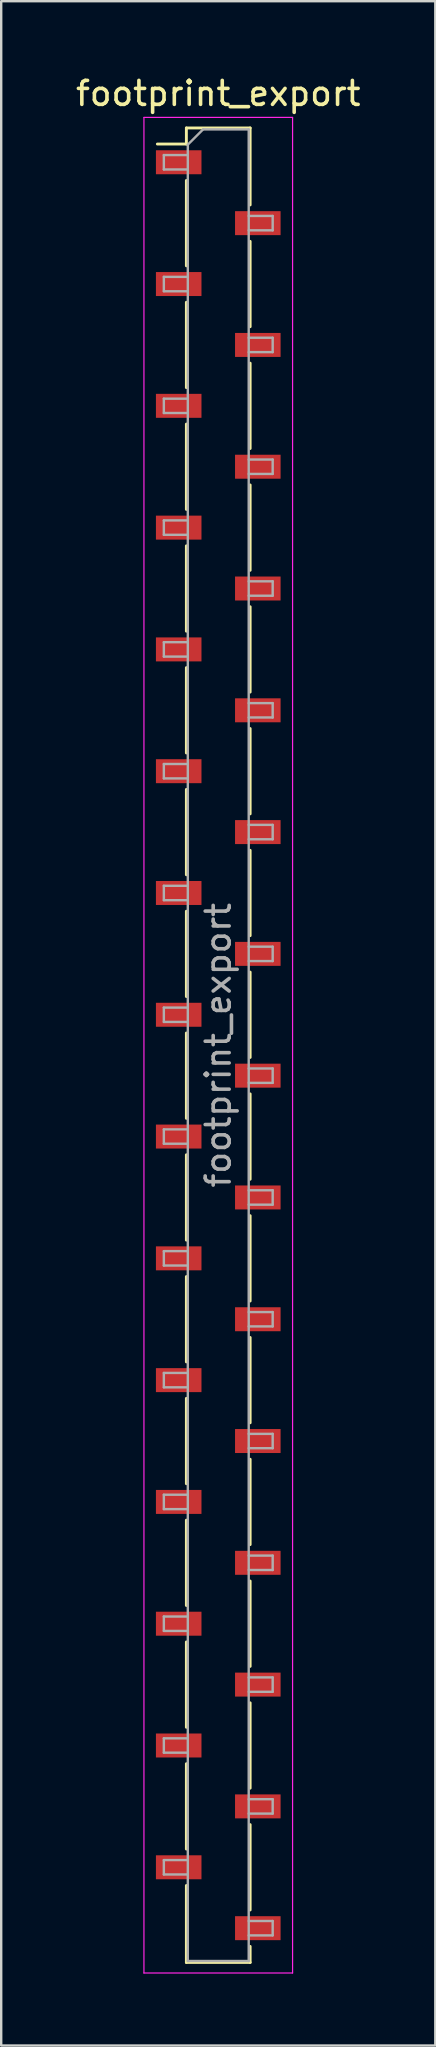
<source format=kicad_pcb>
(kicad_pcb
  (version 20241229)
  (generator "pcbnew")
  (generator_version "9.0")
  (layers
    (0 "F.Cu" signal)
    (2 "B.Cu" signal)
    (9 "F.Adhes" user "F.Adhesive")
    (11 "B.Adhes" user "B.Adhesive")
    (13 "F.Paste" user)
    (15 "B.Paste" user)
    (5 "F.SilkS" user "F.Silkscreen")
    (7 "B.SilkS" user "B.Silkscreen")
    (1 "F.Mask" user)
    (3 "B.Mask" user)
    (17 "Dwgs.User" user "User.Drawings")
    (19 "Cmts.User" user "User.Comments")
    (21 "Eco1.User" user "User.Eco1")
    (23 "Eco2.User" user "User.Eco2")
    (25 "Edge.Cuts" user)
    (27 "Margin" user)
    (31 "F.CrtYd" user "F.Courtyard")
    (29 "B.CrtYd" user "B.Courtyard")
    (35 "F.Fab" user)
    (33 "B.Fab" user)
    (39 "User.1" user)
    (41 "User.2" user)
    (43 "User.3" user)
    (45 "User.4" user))
  (footprint "footprint_export"
    (layer "F.Cu")
    (at 6.054 40.548)
    (property "Reference" "footprint_export" (at 0 -39.7 0) (layer "F.SilkS") (effects (font (size 1 1) (thickness 0.15))))
    (attr smd)
    (fp_line (start -2.54 -37.59) (end -1.33 -37.59) (stroke (width 0.12) (type solid)) (layer "F.SilkS"))
    (fp_line (start -1.33 -38.26) (end -1.33 -37.59) (stroke (width 0.12) (type solid)) (layer "F.SilkS"))
    (fp_line (start -1.33 -38.26) (end 1.33 -38.26) (stroke (width 0.12) (type solid)) (layer "F.SilkS"))
    (fp_line (start -1.33 -36.07) (end -1.33 -32.51) (stroke (width 0.12) (type solid)) (layer "F.SilkS"))
    (fp_line (start -1.33 -30.99) (end -1.33 -27.43) (stroke (width 0.12) (type solid)) (layer "F.SilkS"))
    (fp_line (start -1.33 -25.91) (end -1.33 -22.35) (stroke (width 0.12) (type solid)) (layer "F.SilkS"))
    (fp_line (start -1.33 -20.83) (end -1.33 -17.27) (stroke (width 0.12) (type solid)) (layer "F.SilkS"))
    (fp_line (start -1.33 -15.75) (end -1.33 -12.19) (stroke (width 0.12) (type solid)) (layer "F.SilkS"))
    (fp_line (start -1.33 -10.67) (end -1.33 -7.11) (stroke (width 0.12) (type solid)) (layer "F.SilkS"))
    (fp_line (start -1.33 -5.59) (end -1.33 -2.03) (stroke (width 0.12) (type solid)) (layer "F.SilkS"))
    (fp_line (start -1.33 -0.51) (end -1.33 3.05) (stroke (width 0.12) (type solid)) (layer "F.SilkS"))
    (fp_line (start -1.33 4.57) (end -1.33 8.13) (stroke (width 0.12) (type solid)) (layer "F.SilkS"))
    (fp_line (start -1.33 9.65) (end -1.33 13.21) (stroke (width 0.12) (type solid)) (layer "F.SilkS"))
    (fp_line (start -1.33 14.73) (end -1.33 18.29) (stroke (width 0.12) (type solid)) (layer "F.SilkS"))
    (fp_line (start -1.33 19.81) (end -1.33 23.37) (stroke (width 0.12) (type solid)) (layer "F.SilkS"))
    (fp_line (start -1.33 24.89) (end -1.33 28.45) (stroke (width 0.12) (type solid)) (layer "F.SilkS"))
    (fp_line (start -1.33 29.97) (end -1.33 33.53) (stroke (width 0.12) (type solid)) (layer "F.SilkS"))
    (fp_line (start -1.33 35.05) (end -1.33 38.26) (stroke (width 0.12) (type solid)) (layer "F.SilkS"))
    (fp_line (start -1.33 38.26) (end 1.33 38.26) (stroke (width 0.12) (type solid)) (layer "F.SilkS"))
    (fp_line (start 1.33 -38.26) (end 1.33 -35.05) (stroke (width 0.12) (type solid)) (layer "F.SilkS"))
    (fp_line (start 1.33 -33.53) (end 1.33 -29.97) (stroke (width 0.12) (type solid)) (layer "F.SilkS"))
    (fp_line (start 1.33 -28.45) (end 1.33 -24.89) (stroke (width 0.12) (type solid)) (layer "F.SilkS"))
    (fp_line (start 1.33 -23.37) (end 1.33 -19.81) (stroke (width 0.12) (type solid)) (layer "F.SilkS"))
    (fp_line (start 1.33 -18.29) (end 1.33 -14.73) (stroke (width 0.12) (type solid)) (layer "F.SilkS"))
    (fp_line (start 1.33 -13.21) (end 1.33 -9.65) (stroke (width 0.12) (type solid)) (layer "F.SilkS"))
    (fp_line (start 1.33 -8.13) (end 1.33 -4.57) (stroke (width 0.12) (type solid)) (layer "F.SilkS"))
    (fp_line (start 1.33 -3.05) (end 1.33 0.51) (stroke (width 0.12) (type solid)) (layer "F.SilkS"))
    (fp_line (start 1.33 2.03) (end 1.33 5.59) (stroke (width 0.12) (type solid)) (layer "F.SilkS"))
    (fp_line (start 1.33 7.11) (end 1.33 10.67) (stroke (width 0.12) (type solid)) (layer "F.SilkS"))
    (fp_line (start 1.33 12.19) (end 1.33 15.75) (stroke (width 0.12) (type solid)) (layer "F.SilkS"))
    (fp_line (start 1.33 17.27) (end 1.33 20.83) (stroke (width 0.12) (type solid)) (layer "F.SilkS"))
    (fp_line (start 1.33 22.35) (end 1.33 25.91) (stroke (width 0.12) (type solid)) (layer "F.SilkS"))
    (fp_line (start 1.33 27.43) (end 1.33 30.99) (stroke (width 0.12) (type solid)) (layer "F.SilkS"))
    (fp_line (start 1.33 32.51) (end 1.33 36.07) (stroke (width 0.12) (type solid)) (layer "F.SilkS"))
    (fp_line (start 1.33 37.59) (end 1.33 38.26) (stroke (width 0.12) (type solid)) (layer "F.SilkS"))
    (fp_line (start -3.1 -38.7) (end 3.1 -38.7) (stroke (width 0.05) (type solid)) (layer "F.CrtYd"))
    (fp_line (start -3.1 38.7) (end -3.1 -38.7) (stroke (width 0.05) (type solid)) (layer "F.CrtYd"))
    (fp_line (start 3.1 -38.7) (end 3.1 38.7) (stroke (width 0.05) (type solid)) (layer "F.CrtYd"))
    (fp_line (start 3.1 38.7) (end -3.1 38.7) (stroke (width 0.05) (type solid)) (layer "F.CrtYd"))
    (fp_line (start -2.27 -37.13) (end -1.27 -37.13) (stroke (width 0.1) (type solid)) (layer "F.Fab"))
    (fp_line (start -2.27 -36.53) (end -2.27 -37.13) (stroke (width 0.1) (type solid)) (layer "F.Fab"))
    (fp_line (start -2.27 -32.05) (end -1.27 -32.05) (stroke (width 0.1) (type solid)) (layer "F.Fab"))
    (fp_line (start -2.27 -31.45) (end -2.27 -32.05) (stroke (width 0.1) (type solid)) (layer "F.Fab"))
    (fp_line (start -2.27 -26.97) (end -1.27 -26.97) (stroke (width 0.1) (type solid)) (layer "F.Fab"))
    (fp_line (start -2.27 -26.37) (end -2.27 -26.97) (stroke (width 0.1) (type solid)) (layer "F.Fab"))
    (fp_line (start -2.27 -21.89) (end -1.27 -21.89) (stroke (width 0.1) (type solid)) (layer "F.Fab"))
    (fp_line (start -2.27 -21.29) (end -2.27 -21.89) (stroke (width 0.1) (type solid)) (layer "F.Fab"))
    (fp_line (start -2.27 -16.81) (end -1.27 -16.81) (stroke (width 0.1) (type solid)) (layer "F.Fab"))
    (fp_line (start -2.27 -16.21) (end -2.27 -16.81) (stroke (width 0.1) (type solid)) (layer "F.Fab"))
    (fp_line (start -2.27 -11.73) (end -1.27 -11.73) (stroke (width 0.1) (type solid)) (layer "F.Fab"))
    (fp_line (start -2.27 -11.13) (end -2.27 -11.73) (stroke (width 0.1) (type solid)) (layer "F.Fab"))
    (fp_line (start -2.27 -6.65) (end -1.27 -6.65) (stroke (width 0.1) (type solid)) (layer "F.Fab"))
    (fp_line (start -2.27 -6.05) (end -2.27 -6.65) (stroke (width 0.1) (type solid)) (layer "F.Fab"))
    (fp_line (start -2.27 -1.57) (end -1.27 -1.57) (stroke (width 0.1) (type solid)) (layer "F.Fab"))
    (fp_line (start -2.27 -0.97) (end -2.27 -1.57) (stroke (width 0.1) (type solid)) (layer "F.Fab"))
    (fp_line (start -2.27 3.51) (end -1.27 3.51) (stroke (width 0.1) (type solid)) (layer "F.Fab"))
    (fp_line (start -2.27 4.11) (end -2.27 3.51) (stroke (width 0.1) (type solid)) (layer "F.Fab"))
    (fp_line (start -2.27 8.59) (end -1.27 8.59) (stroke (width 0.1) (type solid)) (layer "F.Fab"))
    (fp_line (start -2.27 9.19) (end -2.27 8.59) (stroke (width 0.1) (type solid)) (layer "F.Fab"))
    (fp_line (start -2.27 13.67) (end -1.27 13.67) (stroke (width 0.1) (type solid)) (layer "F.Fab"))
    (fp_line (start -2.27 14.27) (end -2.27 13.67) (stroke (width 0.1) (type solid)) (layer "F.Fab"))
    (fp_line (start -2.27 18.75) (end -1.27 18.75) (stroke (width 0.1) (type solid)) (layer "F.Fab"))
    (fp_line (start -2.27 19.35) (end -2.27 18.75) (stroke (width 0.1) (type solid)) (layer "F.Fab"))
    (fp_line (start -2.27 23.83) (end -1.27 23.83) (stroke (width 0.1) (type solid)) (layer "F.Fab"))
    (fp_line (start -2.27 24.43) (end -2.27 23.83) (stroke (width 0.1) (type solid)) (layer "F.Fab"))
    (fp_line (start -2.27 28.91) (end -1.27 28.91) (stroke (width 0.1) (type solid)) (layer "F.Fab"))
    (fp_line (start -2.27 29.51) (end -2.27 28.91) (stroke (width 0.1) (type solid)) (layer "F.Fab"))
    (fp_line (start -2.27 33.99) (end -1.27 33.99) (stroke (width 0.1) (type solid)) (layer "F.Fab"))
    (fp_line (start -2.27 34.59) (end -2.27 33.99) (stroke (width 0.1) (type solid)) (layer "F.Fab"))
    (fp_line (start -1.27 -37.565) (end -0.635 -38.2) (stroke (width 0.1) (type solid)) (layer "F.Fab"))
    (fp_line (start -1.27 -36.53) (end -2.27 -36.53) (stroke (width 0.1) (type solid)) (layer "F.Fab"))
    (fp_line (start -1.27 -31.45) (end -2.27 -31.45) (stroke (width 0.1) (type solid)) (layer "F.Fab"))
    (fp_line (start -1.27 -26.37) (end -2.27 -26.37) (stroke (width 0.1) (type solid)) (layer "F.Fab"))
    (fp_line (start -1.27 -21.29) (end -2.27 -21.29) (stroke (width 0.1) (type solid)) (layer "F.Fab"))
    (fp_line (start -1.27 -16.21) (end -2.27 -16.21) (stroke (width 0.1) (type solid)) (layer "F.Fab"))
    (fp_line (start -1.27 -11.13) (end -2.27 -11.13) (stroke (width 0.1) (type solid)) (layer "F.Fab"))
    (fp_line (start -1.27 -6.05) (end -2.27 -6.05) (stroke (width 0.1) (type solid)) (layer "F.Fab"))
    (fp_line (start -1.27 -0.97) (end -2.27 -0.97) (stroke (width 0.1) (type solid)) (layer "F.Fab"))
    (fp_line (start -1.27 4.11) (end -2.27 4.11) (stroke (width 0.1) (type solid)) (layer "F.Fab"))
    (fp_line (start -1.27 9.19) (end -2.27 9.19) (stroke (width 0.1) (type solid)) (layer "F.Fab"))
    (fp_line (start -1.27 14.27) (end -2.27 14.27) (stroke (width 0.1) (type solid)) (layer "F.Fab"))
    (fp_line (start -1.27 19.35) (end -2.27 19.35) (stroke (width 0.1) (type solid)) (layer "F.Fab"))
    (fp_line (start -1.27 24.43) (end -2.27 24.43) (stroke (width 0.1) (type solid)) (layer "F.Fab"))
    (fp_line (start -1.27 29.51) (end -2.27 29.51) (stroke (width 0.1) (type solid)) (layer "F.Fab"))
    (fp_line (start -1.27 34.59) (end -2.27 34.59) (stroke (width 0.1) (type solid)) (layer "F.Fab"))
    (fp_line (start -1.27 38.2) (end -1.27 -37.565) (stroke (width 0.1) (type solid)) (layer "F.Fab"))
    (fp_line (start -0.635 -38.2) (end 1.27 -38.2) (stroke (width 0.1) (type solid)) (layer "F.Fab"))
    (fp_line (start 1.27 -38.2) (end 1.27 38.2) (stroke (width 0.1) (type solid)) (layer "F.Fab"))
    (fp_line (start 1.27 -34.59) (end 2.27 -34.59) (stroke (width 0.1) (type solid)) (layer "F.Fab"))
    (fp_line (start 1.27 -29.51) (end 2.27 -29.51) (stroke (width 0.1) (type solid)) (layer "F.Fab"))
    (fp_line (start 1.27 -24.43) (end 2.27 -24.43) (stroke (width 0.1) (type solid)) (layer "F.Fab"))
    (fp_line (start 1.27 -19.35) (end 2.27 -19.35) (stroke (width 0.1) (type solid)) (layer "F.Fab"))
    (fp_line (start 1.27 -14.27) (end 2.27 -14.27) (stroke (width 0.1) (type solid)) (layer "F.Fab"))
    (fp_line (start 1.27 -9.19) (end 2.27 -9.19) (stroke (width 0.1) (type solid)) (layer "F.Fab"))
    (fp_line (start 1.27 -4.11) (end 2.27 -4.11) (stroke (width 0.1) (type solid)) (layer "F.Fab"))
    (fp_line (start 1.27 0.97) (end 2.27 0.97) (stroke (width 0.1) (type solid)) (layer "F.Fab"))
    (fp_line (start 1.27 6.05) (end 2.27 6.05) (stroke (width 0.1) (type solid)) (layer "F.Fab"))
    (fp_line (start 1.27 11.13) (end 2.27 11.13) (stroke (width 0.1) (type solid)) (layer "F.Fab"))
    (fp_line (start 1.27 16.21) (end 2.27 16.21) (stroke (width 0.1) (type solid)) (layer "F.Fab"))
    (fp_line (start 1.27 21.29) (end 2.27 21.29) (stroke (width 0.1) (type solid)) (layer "F.Fab"))
    (fp_line (start 1.27 26.37) (end 2.27 26.37) (stroke (width 0.1) (type solid)) (layer "F.Fab"))
    (fp_line (start 1.27 31.45) (end 2.27 31.45) (stroke (width 0.1) (type solid)) (layer "F.Fab"))
    (fp_line (start 1.27 36.53) (end 2.27 36.53) (stroke (width 0.1) (type solid)) (layer "F.Fab"))
    (fp_line (start 1.27 38.2) (end -1.27 38.2) (stroke (width 0.1) (type solid)) (layer "F.Fab"))
    (fp_line (start 2.27 -34.59) (end 2.27 -33.99) (stroke (width 0.1) (type solid)) (layer "F.Fab"))
    (fp_line (start 2.27 -33.99) (end 1.27 -33.99) (stroke (width 0.1) (type solid)) (layer "F.Fab"))
    (fp_line (start 2.27 -29.51) (end 2.27 -28.91) (stroke (width 0.1) (type solid)) (layer "F.Fab"))
    (fp_line (start 2.27 -28.91) (end 1.27 -28.91) (stroke (width 0.1) (type solid)) (layer "F.Fab"))
    (fp_line (start 2.27 -24.43) (end 2.27 -23.83) (stroke (width 0.1) (type solid)) (layer "F.Fab"))
    (fp_line (start 2.27 -23.83) (end 1.27 -23.83) (stroke (width 0.1) (type solid)) (layer "F.Fab"))
    (fp_line (start 2.27 -19.35) (end 2.27 -18.75) (stroke (width 0.1) (type solid)) (layer "F.Fab"))
    (fp_line (start 2.27 -18.75) (end 1.27 -18.75) (stroke (width 0.1) (type solid)) (layer "F.Fab"))
    (fp_line (start 2.27 -14.27) (end 2.27 -13.67) (stroke (width 0.1) (type solid)) (layer "F.Fab"))
    (fp_line (start 2.27 -13.67) (end 1.27 -13.67) (stroke (width 0.1) (type solid)) (layer "F.Fab"))
    (fp_line (start 2.27 -9.19) (end 2.27 -8.59) (stroke (width 0.1) (type solid)) (layer "F.Fab"))
    (fp_line (start 2.27 -8.59) (end 1.27 -8.59) (stroke (width 0.1) (type solid)) (layer "F.Fab"))
    (fp_line (start 2.27 -4.11) (end 2.27 -3.51) (stroke (width 0.1) (type solid)) (layer "F.Fab"))
    (fp_line (start 2.27 -3.51) (end 1.27 -3.51) (stroke (width 0.1) (type solid)) (layer "F.Fab"))
    (fp_line (start 2.27 0.97) (end 2.27 1.57) (stroke (width 0.1) (type solid)) (layer "F.Fab"))
    (fp_line (start 2.27 1.57) (end 1.27 1.57) (stroke (width 0.1) (type solid)) (layer "F.Fab"))
    (fp_line (start 2.27 6.05) (end 2.27 6.65) (stroke (width 0.1) (type solid)) (layer "F.Fab"))
    (fp_line (start 2.27 6.65) (end 1.27 6.65) (stroke (width 0.1) (type solid)) (layer "F.Fab"))
    (fp_line (start 2.27 11.13) (end 2.27 11.73) (stroke (width 0.1) (type solid)) (layer "F.Fab"))
    (fp_line (start 2.27 11.73) (end 1.27 11.73) (stroke (width 0.1) (type solid)) (layer "F.Fab"))
    (fp_line (start 2.27 16.21) (end 2.27 16.81) (stroke (width 0.1) (type solid)) (layer "F.Fab"))
    (fp_line (start 2.27 16.81) (end 1.27 16.81) (stroke (width 0.1) (type solid)) (layer "F.Fab"))
    (fp_line (start 2.27 21.29) (end 2.27 21.89) (stroke (width 0.1) (type solid)) (layer "F.Fab"))
    (fp_line (start 2.27 21.89) (end 1.27 21.89) (stroke (width 0.1) (type solid)) (layer "F.Fab"))
    (fp_line (start 2.27 26.37) (end 2.27 26.97) (stroke (width 0.1) (type solid)) (layer "F.Fab"))
    (fp_line (start 2.27 26.97) (end 1.27 26.97) (stroke (width 0.1) (type solid)) (layer "F.Fab"))
    (fp_line (start 2.27 31.45) (end 2.27 32.05) (stroke (width 0.1) (type solid)) (layer "F.Fab"))
    (fp_line (start 2.27 32.05) (end 1.27 32.05) (stroke (width 0.1) (type solid)) (layer "F.Fab"))
    (fp_line (start 2.27 36.53) (end 2.27 37.13) (stroke (width 0.1) (type solid)) (layer "F.Fab"))
    (fp_line (start 2.27 37.13) (end 1.27 37.13) (stroke (width 0.1) (type solid)) (layer "F.Fab"))
    (fp_text user "${REFERENCE}" (at 0 0 90) (layer "F.Fab") (effects (font (size 1 1) (thickness 0.15))))
    (pad "1" smd rect (at -1.65 -36.83) (size 1.9 1) (layers "F.Cu" "F.Mask" "F.Paste"))
    (pad "2" smd rect (at 1.65 -34.29) (size 1.9 1) (layers "F.Cu" "F.Mask" "F.Paste"))
    (pad "3" smd rect (at -1.65 -31.75) (size 1.9 1) (layers "F.Cu" "F.Mask" "F.Paste"))
    (pad "4" smd rect (at 1.65 -29.21) (size 1.9 1) (layers "F.Cu" "F.Mask" "F.Paste"))
    (pad "5" smd rect (at -1.65 -26.67) (size 1.9 1) (layers "F.Cu" "F.Mask" "F.Paste"))
    (pad "6" smd rect (at 1.65 -24.13) (size 1.9 1) (layers "F.Cu" "F.Mask" "F.Paste"))
    (pad "7" smd rect (at -1.65 -21.59) (size 1.9 1) (layers "F.Cu" "F.Mask" "F.Paste"))
    (pad "8" smd rect (at 1.65 -19.05) (size 1.9 1) (layers "F.Cu" "F.Mask" "F.Paste"))
    (pad "9" smd rect (at -1.65 -16.51) (size 1.9 1) (layers "F.Cu" "F.Mask" "F.Paste"))
    (pad "10" smd rect (at 1.65 -13.97) (size 1.9 1) (layers "F.Cu" "F.Mask" "F.Paste"))
    (pad "11" smd rect (at -1.65 -11.43) (size 1.9 1) (layers "F.Cu" "F.Mask" "F.Paste"))
    (pad "12" smd rect (at 1.65 -8.89) (size 1.9 1) (layers "F.Cu" "F.Mask" "F.Paste"))
    (pad "13" smd rect (at -1.65 -6.35) (size 1.9 1) (layers "F.Cu" "F.Mask" "F.Paste"))
    (pad "14" smd rect (at 1.65 -3.81) (size 1.9 1) (layers "F.Cu" "F.Mask" "F.Paste"))
    (pad "15" smd rect (at -1.65 -1.27) (size 1.9 1) (layers "F.Cu" "F.Mask" "F.Paste"))
    (pad "16" smd rect (at 1.65 1.27) (size 1.9 1) (layers "F.Cu" "F.Mask" "F.Paste"))
    (pad "17" smd rect (at -1.65 3.81) (size 1.9 1) (layers "F.Cu" "F.Mask" "F.Paste"))
    (pad "18" smd rect (at 1.65 6.35) (size 1.9 1) (layers "F.Cu" "F.Mask" "F.Paste"))
    (pad "19" smd rect (at -1.65 8.89) (size 1.9 1) (layers "F.Cu" "F.Mask" "F.Paste"))
    (pad "20" smd rect (at 1.65 11.43) (size 1.9 1) (layers "F.Cu" "F.Mask" "F.Paste"))
    (pad "21" smd rect (at -1.65 13.97) (size 1.9 1) (layers "F.Cu" "F.Mask" "F.Paste"))
    (pad "22" smd rect (at 1.65 16.51) (size 1.9 1) (layers "F.Cu" "F.Mask" "F.Paste"))
    (pad "23" smd rect (at -1.65 19.05) (size 1.9 1) (layers "F.Cu" "F.Mask" "F.Paste"))
    (pad "24" smd rect (at 1.65 21.59) (size 1.9 1) (layers "F.Cu" "F.Mask" "F.Paste"))
    (pad "25" smd rect (at -1.65 24.13) (size 1.9 1) (layers "F.Cu" "F.Mask" "F.Paste"))
    (pad "26" smd rect (at 1.65 26.67) (size 1.9 1) (layers "F.Cu" "F.Mask" "F.Paste"))
    (pad "27" smd rect (at -1.65 29.21) (size 1.9 1) (layers "F.Cu" "F.Mask" "F.Paste"))
    (pad "28" smd rect (at 1.65 31.75) (size 1.9 1) (layers "F.Cu" "F.Mask" "F.Paste"))
    (pad "29" smd rect (at -1.65 34.29) (size 1.9 1) (layers "F.Cu" "F.Mask" "F.Paste"))
    (pad "30" smd rect (at 1.65 36.83) (size 1.9 1) (layers "F.Cu" "F.Mask" "F.Paste")))
  (gr_rect
    (start -3 -3)
    (end 15.107 82.273)
    (stroke (width 0.1) (type default))
    (fill no)
    (layer "Edge.Cuts")))
</source>
